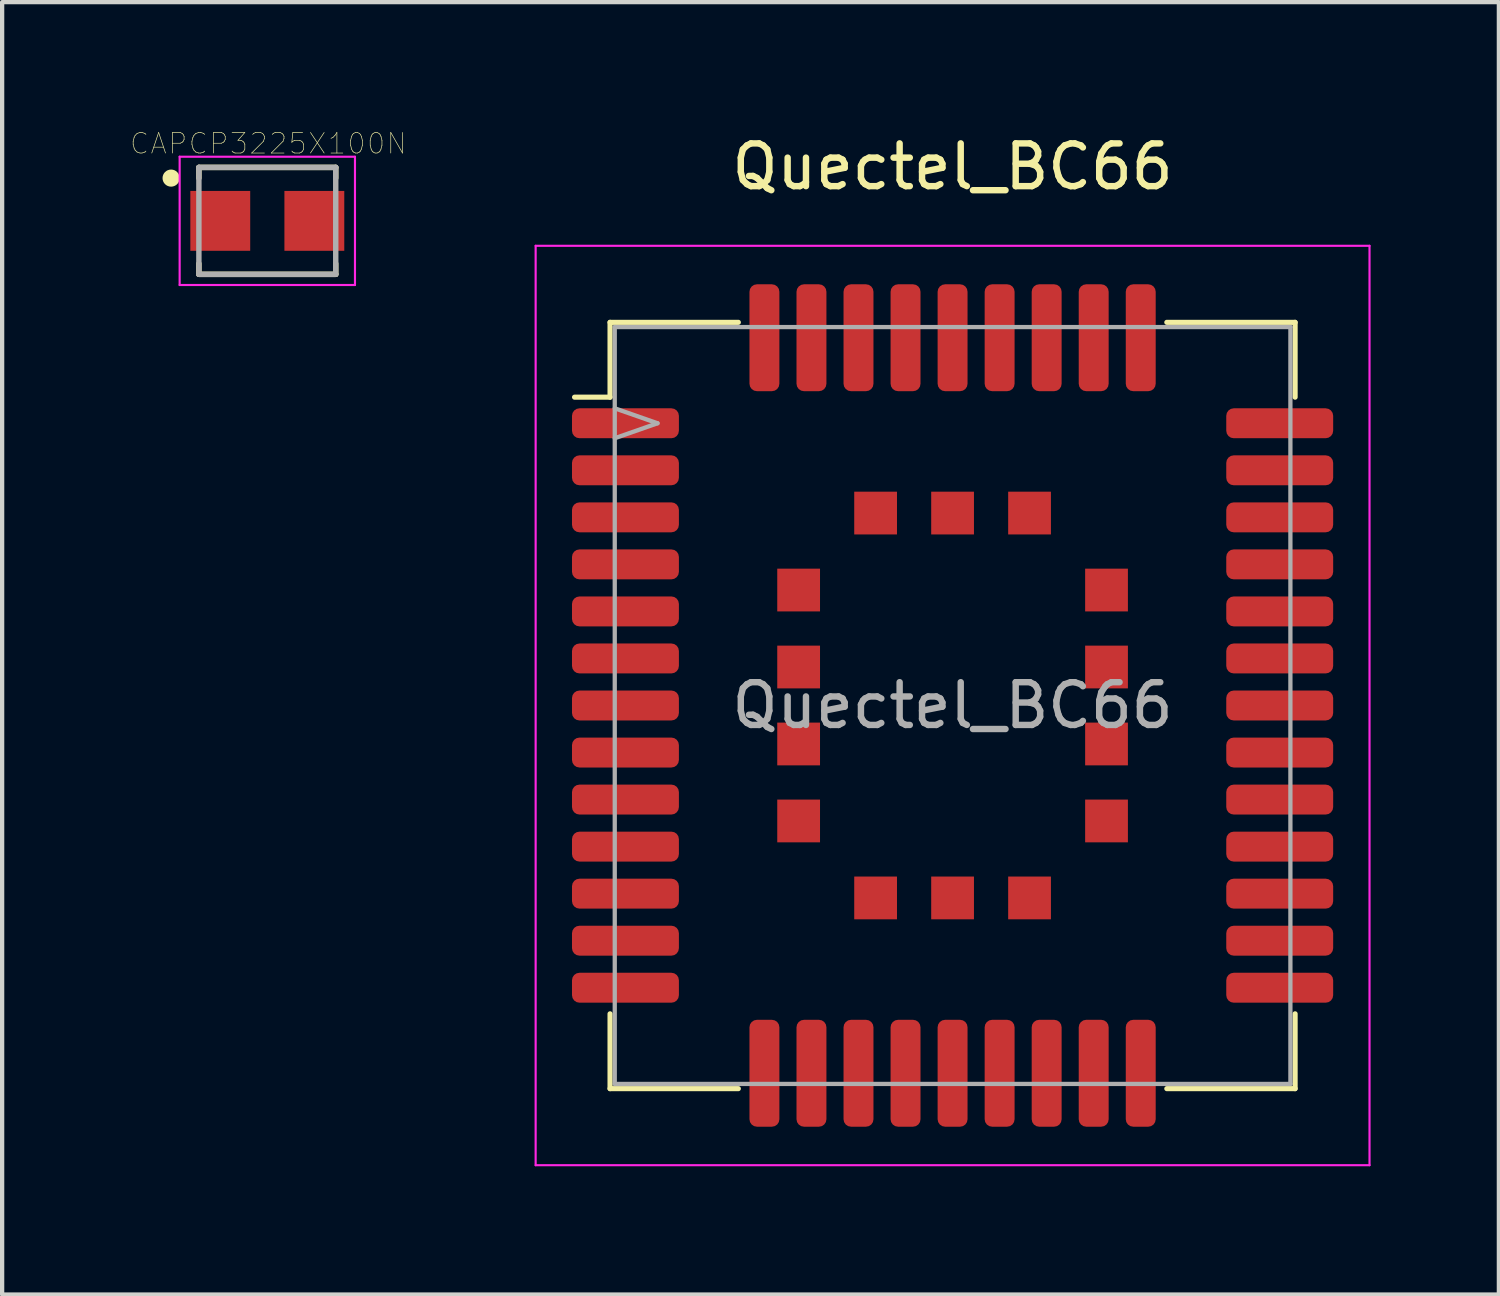
<source format=kicad_pcb>
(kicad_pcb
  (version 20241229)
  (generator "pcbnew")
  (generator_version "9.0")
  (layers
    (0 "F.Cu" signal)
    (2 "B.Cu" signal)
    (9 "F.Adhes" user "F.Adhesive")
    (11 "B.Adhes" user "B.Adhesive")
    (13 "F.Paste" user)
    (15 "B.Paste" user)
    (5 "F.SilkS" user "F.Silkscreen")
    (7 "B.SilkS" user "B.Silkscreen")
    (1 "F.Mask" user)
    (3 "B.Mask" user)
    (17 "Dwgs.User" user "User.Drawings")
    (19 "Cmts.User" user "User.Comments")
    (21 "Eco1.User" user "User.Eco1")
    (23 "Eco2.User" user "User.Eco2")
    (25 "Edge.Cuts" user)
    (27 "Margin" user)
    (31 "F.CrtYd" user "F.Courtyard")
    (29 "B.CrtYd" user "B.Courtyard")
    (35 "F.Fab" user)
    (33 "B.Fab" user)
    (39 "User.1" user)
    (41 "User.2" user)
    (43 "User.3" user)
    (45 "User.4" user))
  (footprint "CAPCP3225X100N"
    (layer "F.Cu")
    (at 3.201 2.115)
    (property "Reference" "CAPCP3225X100N" (at 0.024 -1.808 0) (layer "F.SilkS") (effects (font (size 0.481 0.481) (thickness 0.015))))
    (attr through_hole)
    (fp_line (start -1.6 -1.25) (end -1.6 -1) (stroke (width 0.127) (type solid)) (layer "F.SilkS"))
    (fp_line (start -1.6 1.25) (end -1.6 1) (stroke (width 0.127) (type solid)) (layer "F.SilkS"))
    (fp_line (start 1.6 -1.25) (end -1.6 -1.25) (stroke (width 0.127) (type solid)) (layer "F.SilkS"))
    (fp_line (start 1.6 -1) (end 1.6 -1.25) (stroke (width 0.127) (type solid)) (layer "F.SilkS"))
    (fp_line (start 1.6 1) (end 1.6 1.25) (stroke (width 0.127) (type solid)) (layer "F.SilkS"))
    (fp_line (start 1.6 1.25) (end -1.6 1.25) (stroke (width 0.127) (type solid)) (layer "F.SilkS"))
    (fp_circle (center -2.25 -1) (end -2.15 -1) (stroke (width 0.2) (type solid)) (fill no) (layer "F.SilkS"))
    (fp_line (start -2.05 -1.5) (end 2.05 -1.5) (stroke (width 0.05) (type solid)) (layer "F.CrtYd"))
    (fp_line (start -2.05 1.5) (end -2.05 -1.5) (stroke (width 0.05) (type solid)) (layer "F.CrtYd"))
    (fp_line (start 2.05 -1.5) (end 2.05 1.5) (stroke (width 0.05) (type solid)) (layer "F.CrtYd"))
    (fp_line (start 2.05 1.5) (end -2.05 1.5) (stroke (width 0.05) (type solid)) (layer "F.CrtYd"))
    (fp_line (start -1.6 -1.25) (end 1.6 -1.25) (stroke (width 0.127) (type solid)) (layer "F.Fab"))
    (fp_line (start -1.6 1.25) (end -1.6 -1.25) (stroke (width 0.127) (type solid)) (layer "F.Fab"))
    (fp_line (start 1.6 -1.25) (end 1.6 1.25) (stroke (width 0.127) (type solid)) (layer "F.Fab"))
    (fp_line (start 1.6 1.25) (end -1.6 1.25) (stroke (width 0.127) (type solid)) (layer "F.Fab"))
    (pad "1" smd rect (at -1.1 0) (size 1.4 1.4) (layers "F.Cu" "F.Mask" "F.Paste"))
    (pad "2" smd rect (at 1.1 0) (size 1.4 1.4) (layers "F.Cu" "F.Mask" "F.Paste")))
  (footprint "Quectel_BC66"
    (layer "F.Cu")
    (at 19.226 13.448)
    (property "Reference" "Quectel_BC66" (at 0 -12.6 0) (layer "F.SilkS") (effects (font (size 1 1) (thickness 0.15))))
    (attr smd)
    (fp_line (start -8.84 -7.21) (end -8.01 -7.21) (stroke (width 0.12) (type solid)) (layer "F.SilkS"))
    (fp_line (start -8.01 -8.96) (end -8.01 -7.21) (stroke (width 0.12) (type solid)) (layer "F.SilkS"))
    (fp_line (start -8.01 -8.96) (end -5.01 -8.96) (stroke (width 0.12) (type solid)) (layer "F.SilkS"))
    (fp_line (start -8.01 7.21) (end -8.01 8.96) (stroke (width 0.12) (type solid)) (layer "F.SilkS"))
    (fp_line (start -8.01 8.96) (end -5.01 8.96) (stroke (width 0.12) (type solid)) (layer "F.SilkS"))
    (fp_line (start 5.01 -8.96) (end 8.01 -8.96) (stroke (width 0.12) (type solid)) (layer "F.SilkS"))
    (fp_line (start 5.01 8.96) (end 8.01 8.96) (stroke (width 0.12) (type solid)) (layer "F.SilkS"))
    (fp_line (start 8.01 -8.96) (end 8.01 -7.21) (stroke (width 0.12) (type solid)) (layer "F.SilkS"))
    (fp_line (start 8.01 7.21) (end 8.01 8.96) (stroke (width 0.12) (type solid)) (layer "F.SilkS"))
    (fp_line (start -9.75 -10.75) (end -9.75 10.75) (stroke (width 0.05) (type solid)) (layer "F.CrtYd"))
    (fp_line (start -9.75 -10.75) (end 9.75 -10.75) (stroke (width 0.05) (type solid)) (layer "F.CrtYd"))
    (fp_line (start -9.75 10.75) (end 9.75 10.75) (stroke (width 0.05) (type solid)) (layer "F.CrtYd"))
    (fp_line (start 9.75 -10.75) (end 9.75 10.75) (stroke (width 0.05) (type solid)) (layer "F.CrtYd"))
    (fp_line (start -7.9 -8.85) (end -7.9 8.85) (stroke (width 0.1) (type solid)) (layer "F.Fab"))
    (fp_line (start -7.9 -8.85) (end 7.9 -8.85) (stroke (width 0.1) (type solid)) (layer "F.Fab"))
    (fp_line (start -7.9 -6.95) (end -6.9 -6.6) (stroke (width 0.1) (type solid)) (layer "F.Fab"))
    (fp_line (start -7.9 8.85) (end 7.9 8.85) (stroke (width 0.1) (type solid)) (layer "F.Fab"))
    (fp_line (start -6.9 -6.6) (end -7.9 -6.25) (stroke (width 0.1) (type solid)) (layer "F.Fab"))
    (fp_line (start 7.9 -8.85) (end 7.9 8.85) (stroke (width 0.1) (type solid)) (layer "F.Fab"))
    (fp_text user "${REFERENCE}" (at 0 0 0) (layer "F.Fab") (effects (font (size 1 1) (thickness 0.15))))
    (pad "" smd roundrect (at -8.05 -6.6) (size 2.9 0.595) (layers "F.Paste") (roundrect_rratio 0.25))
    (pad "" smd roundrect (at -8.05 -5.5) (size 2.9 0.595) (layers "F.Paste") (roundrect_rratio 0.25))
    (pad "" smd roundrect (at -8.05 -4.4) (size 2.9 0.595) (layers "F.Paste") (roundrect_rratio 0.25))
    (pad "" smd roundrect (at -8.05 -3.3) (size 2.9 0.595) (layers "F.Paste") (roundrect_rratio 0.25))
    (pad "" smd roundrect (at -8.05 -2.2) (size 2.9 0.595) (layers "F.Paste") (roundrect_rratio 0.25))
    (pad "" smd roundrect (at -8.05 -1.1) (size 2.9 0.595) (layers "F.Paste") (roundrect_rratio 0.25))
    (pad "" smd roundrect (at -8.05 0) (size 2.9 0.595) (layers "F.Paste") (roundrect_rratio 0.25))
    (pad "" smd roundrect (at -8.05 1.1) (size 2.9 0.595) (layers "F.Paste") (roundrect_rratio 0.25))
    (pad "" smd roundrect (at -8.05 2.2) (size 2.9 0.595) (layers "F.Paste") (roundrect_rratio 0.25))
    (pad "" smd roundrect (at -8.05 3.3) (size 2.9 0.595) (layers "F.Paste") (roundrect_rratio 0.25))
    (pad "" smd roundrect (at -8.05 4.4) (size 2.9 0.595) (layers "F.Paste") (roundrect_rratio 0.25))
    (pad "" smd roundrect (at -8.05 5.5) (size 2.9 0.595) (layers "F.Paste") (roundrect_rratio 0.25))
    (pad "" smd roundrect (at -8.05 6.6) (size 2.9 0.595) (layers "F.Paste") (roundrect_rratio 0.25))
    (pad "" smd roundrect (at -4.4 -9 90) (size 2.9 0.595) (layers "F.Paste") (roundrect_rratio 0.25))
    (pad "" smd roundrect (at -4.4 9 90) (size 2.9 0.595) (layers "F.Paste") (roundrect_rratio 0.25))
    (pad "" smd circle (at -3.6 -2.7) (size 0.9 0.9) (layers "F.Paste"))
    (pad "" smd circle (at -3.6 -0.9) (size 0.9 0.9) (layers "F.Paste"))
    (pad "" smd circle (at -3.6 0.9) (size 0.9 0.9) (layers "F.Paste"))
    (pad "" smd circle (at -3.6 2.7) (size 0.9 0.9) (layers "F.Paste"))
    (pad "" smd roundrect (at -3.3 -9 90) (size 2.9 0.595) (layers "F.Paste") (roundrect_rratio 0.25))
    (pad "" smd roundrect (at -3.3 9 90) (size 2.9 0.595) (layers "F.Paste") (roundrect_rratio 0.25))
    (pad "" smd roundrect (at -2.2 -9 90) (size 2.9 0.595) (layers "F.Paste") (roundrect_rratio 0.25))
    (pad "" smd roundrect (at -2.2 9 90) (size 2.9 0.595) (layers "F.Paste") (roundrect_rratio 0.25))
    (pad "" smd circle (at -1.8 -4.5) (size 0.9 0.9) (layers "F.Paste"))
    (pad "" smd circle (at -1.8 4.5) (size 0.9 0.9) (layers "F.Paste"))
    (pad "" smd roundrect (at -1.1 -9 90) (size 2.9 0.595) (layers "F.Paste") (roundrect_rratio 0.25))
    (pad "" smd roundrect (at -1.1 9 90) (size 2.9 0.595) (layers "F.Paste") (roundrect_rratio 0.25))
    (pad "" smd roundrect (at 0 -9 90) (size 2.9 0.595) (layers "F.Paste") (roundrect_rratio 0.25))
    (pad "" smd circle (at 0 -4.5) (size 0.9 0.9) (layers "F.Paste"))
    (pad "" smd circle (at 0 4.5) (size 0.9 0.9) (layers "F.Paste"))
    (pad "" smd roundrect (at 0 9 90) (size 2.9 0.595) (layers "F.Paste") (roundrect_rratio 0.25))
    (pad "" smd roundrect (at 1.1 -9 90) (size 2.9 0.595) (layers "F.Paste") (roundrect_rratio 0.25))
    (pad "" smd roundrect (at 1.1 9 90) (size 2.9 0.595) (layers "F.Paste") (roundrect_rratio 0.25))
    (pad "" smd circle (at 1.8 -4.5) (size 0.9 0.9) (layers "F.Paste"))
    (pad "" smd circle (at 1.8 4.5) (size 0.9 0.9) (layers "F.Paste"))
    (pad "" smd roundrect (at 2.2 -9 90) (size 2.9 0.595) (layers "F.Paste") (roundrect_rratio 0.25))
    (pad "" smd roundrect (at 2.2 9 90) (size 2.9 0.595) (layers "F.Paste") (roundrect_rratio 0.25))
    (pad "" smd roundrect (at 3.3 -9 90) (size 2.9 0.595) (layers "F.Paste") (roundrect_rratio 0.25))
    (pad "" smd roundrect (at 3.3 9 90) (size 2.9 0.595) (layers "F.Paste") (roundrect_rratio 0.25))
    (pad "" smd circle (at 3.6 -2.7) (size 0.9 0.9) (layers "F.Paste"))
    (pad "" smd circle (at 3.6 -0.9) (size 0.9 0.9) (layers "F.Paste"))
    (pad "" smd circle (at 3.6 0.9) (size 0.9 0.9) (layers "F.Paste"))
    (pad "" smd circle (at 3.6 2.7) (size 0.9 0.9) (layers "F.Paste"))
    (pad "" smd roundrect (at 4.4 -9 90) (size 2.9 0.595) (layers "F.Paste") (roundrect_rratio 0.25))
    (pad "" smd roundrect (at 4.4 9 90) (size 2.9 0.595) (layers "F.Paste") (roundrect_rratio 0.25))
    (pad "" smd roundrect (at 8.05 -6.6) (size 2.9 0.595) (layers "F.Paste") (roundrect_rratio 0.25))
    (pad "" smd roundrect (at 8.05 -5.5) (size 2.9 0.595) (layers "F.Paste") (roundrect_rratio 0.25))
    (pad "" smd roundrect (at 8.05 -4.4) (size 2.9 0.595) (layers "F.Paste") (roundrect_rratio 0.25))
    (pad "" smd roundrect (at 8.05 -3.3) (size 2.9 0.595) (layers "F.Paste") (roundrect_rratio 0.25))
    (pad "" smd roundrect (at 8.05 -2.2) (size 2.9 0.595) (layers "F.Paste") (roundrect_rratio 0.25))
    (pad "" smd roundrect (at 8.05 -1.1) (size 2.9 0.595) (layers "F.Paste") (roundrect_rratio 0.25))
    (pad "" smd roundrect (at 8.05 0) (size 2.9 0.595) (layers "F.Paste") (roundrect_rratio 0.25))
    (pad "" smd roundrect (at 8.05 1.1) (size 2.9 0.595) (layers "F.Paste") (roundrect_rratio 0.25))
    (pad "" smd roundrect (at 8.05 2.2) (size 2.9 0.595) (layers "F.Paste") (roundrect_rratio 0.25))
    (pad "" smd roundrect (at 8.05 3.3) (size 2.9 0.595) (layers "F.Paste") (roundrect_rratio 0.25))
    (pad "" smd roundrect (at 8.05 4.4) (size 2.9 0.595) (layers "F.Paste") (roundrect_rratio 0.25))
    (pad "" smd roundrect (at 8.05 5.5) (size 2.9 0.595) (layers "F.Paste") (roundrect_rratio 0.25))
    (pad "" smd roundrect (at 8.05 6.6) (size 2.9 0.595) (layers "F.Paste") (roundrect_rratio 0.25))
    (pad "1" smd roundrect (at -7.65 -6.6) (size 2.5 0.7) (layers "F.Cu" "F.Mask") (roundrect_rratio 0.25))
    (pad "2" smd roundrect (at -7.65 -5.5) (size 2.5 0.7) (layers "F.Cu" "F.Mask") (roundrect_rratio 0.25))
    (pad "3" smd roundrect (at -7.65 -4.4) (size 2.5 0.7) (layers "F.Cu" "F.Mask") (roundrect_rratio 0.25))
    (pad "4" smd roundrect (at -7.65 -3.3) (size 2.5 0.7) (layers "F.Cu" "F.Mask") (roundrect_rratio 0.25))
    (pad "5" smd roundrect (at -7.65 -2.2) (size 2.5 0.7) (layers "F.Cu" "F.Mask") (roundrect_rratio 0.25))
    (pad "6" smd roundrect (at -7.65 -1.1) (size 2.5 0.7) (layers "F.Cu" "F.Mask") (roundrect_rratio 0.25))
    (pad "7" smd roundrect (at -7.65 0) (size 2.5 0.7) (layers "F.Cu" "F.Mask") (roundrect_rratio 0.25))
    (pad "8" smd roundrect (at -7.65 1.1) (size 2.5 0.7) (layers "F.Cu" "F.Mask") (roundrect_rratio 0.25))
    (pad "9" smd roundrect (at -7.65 2.2) (size 2.5 0.7) (layers "F.Cu" "F.Mask") (roundrect_rratio 0.25))
    (pad "10" smd roundrect (at -7.65 3.3) (size 2.5 0.7) (layers "F.Cu" "F.Mask") (roundrect_rratio 0.25))
    (pad "11" smd roundrect (at -7.65 4.4) (size 2.5 0.7) (layers "F.Cu" "F.Mask") (roundrect_rratio 0.25))
    (pad "12" smd roundrect (at -7.65 5.5) (size 2.5 0.7) (layers "F.Cu" "F.Mask") (roundrect_rratio 0.25))
    (pad "13" smd roundrect (at -7.65 6.6) (size 2.5 0.7) (layers "F.Cu" "F.Mask") (roundrect_rratio 0.25))
    (pad "14" smd roundrect (at -4.4 8.6 90) (size 2.5 0.7) (layers "F.Cu" "F.Mask") (roundrect_rratio 0.25))
    (pad "15" smd roundrect (at -3.3 8.6 90) (size 2.5 0.7) (layers "F.Cu" "F.Mask") (roundrect_rratio 0.25))
    (pad "16" smd roundrect (at -2.2 8.6 90) (size 2.5 0.7) (layers "F.Cu" "F.Mask") (roundrect_rratio 0.25))
    (pad "17" smd roundrect (at -1.1 8.6 90) (size 2.5 0.7) (layers "F.Cu" "F.Mask") (roundrect_rratio 0.25))
    (pad "18" smd roundrect (at 0 8.6 90) (size 2.5 0.7) (layers "F.Cu" "F.Mask") (roundrect_rratio 0.25))
    (pad "19" smd roundrect (at 1.1 8.6 90) (size 2.5 0.7) (layers "F.Cu" "F.Mask") (roundrect_rratio 0.25))
    (pad "20" smd roundrect (at 2.2 8.6 90) (size 2.5 0.7) (layers "F.Cu" "F.Mask") (roundrect_rratio 0.25))
    (pad "21" smd roundrect (at 3.3 8.6 90) (size 2.5 0.7) (layers "F.Cu" "F.Mask") (roundrect_rratio 0.25))
    (pad "22" smd roundrect (at 4.4 8.6 90) (size 2.5 0.7) (layers "F.Cu" "F.Mask") (roundrect_rratio 0.25))
    (pad "23" smd roundrect (at 7.65 6.6) (size 2.5 0.7) (layers "F.Cu" "F.Mask") (roundrect_rratio 0.25))
    (pad "24" smd roundrect (at 7.65 5.5) (size 2.5 0.7) (layers "F.Cu" "F.Mask") (roundrect_rratio 0.25))
    (pad "25" smd roundrect (at 7.65 4.4) (size 2.5 0.7) (layers "F.Cu" "F.Mask") (roundrect_rratio 0.25))
    (pad "26" smd roundrect (at 7.65 3.3) (size 2.5 0.7) (layers "F.Cu" "F.Mask") (roundrect_rratio 0.25))
    (pad "27" smd roundrect (at 7.65 2.2) (size 2.5 0.7) (layers "F.Cu" "F.Mask") (roundrect_rratio 0.25))
    (pad "28" smd roundrect (at 7.65 1.1) (size 2.5 0.7) (layers "F.Cu" "F.Mask") (roundrect_rratio 0.25))
    (pad "29" smd roundrect (at 7.65 0) (size 2.5 0.7) (layers "F.Cu" "F.Mask") (roundrect_rratio 0.25))
    (pad "30" smd roundrect (at 7.65 -1.1) (size 2.5 0.7) (layers "F.Cu" "F.Mask") (roundrect_rratio 0.25))
    (pad "31" smd roundrect (at 7.65 -2.2) (size 2.5 0.7) (layers "F.Cu" "F.Mask") (roundrect_rratio 0.25))
    (pad "32" smd roundrect (at 7.65 -3.3) (size 2.5 0.7) (layers "F.Cu" "F.Mask") (roundrect_rratio 0.25))
    (pad "33" smd roundrect (at 7.65 -4.4) (size 2.5 0.7) (layers "F.Cu" "F.Mask") (roundrect_rratio 0.25))
    (pad "34" smd roundrect (at 7.65 -5.5) (size 2.5 0.7) (layers "F.Cu" "F.Mask") (roundrect_rratio 0.25))
    (pad "35" smd roundrect (at 7.65 -6.6) (size 2.5 0.7) (layers "F.Cu" "F.Mask") (roundrect_rratio 0.25))
    (pad "36" smd roundrect (at 4.4 -8.6 270) (size 2.5 0.7) (layers "F.Cu" "F.Mask") (roundrect_rratio 0.25))
    (pad "37" smd roundrect (at 3.3 -8.6 270) (size 2.5 0.7) (layers "F.Cu" "F.Mask") (roundrect_rratio 0.25))
    (pad "38" smd roundrect (at 2.2 -8.6 270) (size 2.5 0.7) (layers "F.Cu" "F.Mask") (roundrect_rratio 0.25))
    (pad "39" smd roundrect (at 1.1 -8.6 270) (size 2.5 0.7) (layers "F.Cu" "F.Mask") (roundrect_rratio 0.25))
    (pad "40" smd roundrect (at 0 -8.6 270) (size 2.5 0.7) (layers "F.Cu" "F.Mask") (roundrect_rratio 0.25))
    (pad "41" smd roundrect (at -1.1 -8.6 270) (size 2.5 0.7) (layers "F.Cu" "F.Mask") (roundrect_rratio 0.25))
    (pad "42" smd roundrect (at -2.2 -8.6 270) (size 2.5 0.7) (layers "F.Cu" "F.Mask") (roundrect_rratio 0.25))
    (pad "43" smd roundrect (at -3.3 -8.6 270) (size 2.5 0.7) (layers "F.Cu" "F.Mask") (roundrect_rratio 0.25))
    (pad "44" smd roundrect (at -4.4 -8.6 270) (size 2.5 0.7) (layers "F.Cu" "F.Mask") (roundrect_rratio 0.25))
    (pad "45" smd rect (at -3.6 -2.7) (size 1 1) (layers "F.Cu" "F.Mask"))
    (pad "46" smd rect (at -3.6 -0.9) (size 1 1) (layers "F.Cu" "F.Mask"))
    (pad "47" smd rect (at -3.6 0.9) (size 1 1) (layers "F.Cu" "F.Mask"))
    (pad "48" smd rect (at -3.6 2.7) (size 1 1) (layers "F.Cu" "F.Mask"))
    (pad "49" smd rect (at -1.8 4.5) (size 1 1) (layers "F.Cu" "F.Mask"))
    (pad "50" smd rect (at 0 4.5) (size 1 1) (layers "F.Cu" "F.Mask"))
    (pad "51" smd rect (at 1.8 4.5) (size 1 1) (layers "F.Cu" "F.Mask"))
    (pad "52" smd rect (at 3.6 2.7) (size 1 1) (layers "F.Cu" "F.Mask"))
    (pad "53" smd rect (at 3.6 0.9) (size 1 1) (layers "F.Cu" "F.Mask"))
    (pad "54" smd rect (at 3.6 -0.9) (size 1 1) (layers "F.Cu" "F.Mask"))
    (pad "55" smd rect (at 3.6 -2.7) (size 1 1) (layers "F.Cu" "F.Mask"))
    (pad "56" smd rect (at 1.8 -4.5) (size 1 1) (layers "F.Cu" "F.Mask"))
    (pad "57" smd rect (at 0 -4.5) (size 1 1) (layers "F.Cu" "F.Mask"))
    (pad "58" smd rect (at -1.8 -4.5) (size 1 1) (layers "F.Cu" "F.Mask")))
  (gr_rect
    (start -3 -3)
    (end 32.001 27.223)
    (stroke (width 0.1) (type default))
    (fill no)
    (layer "Edge.Cuts")))
</source>
